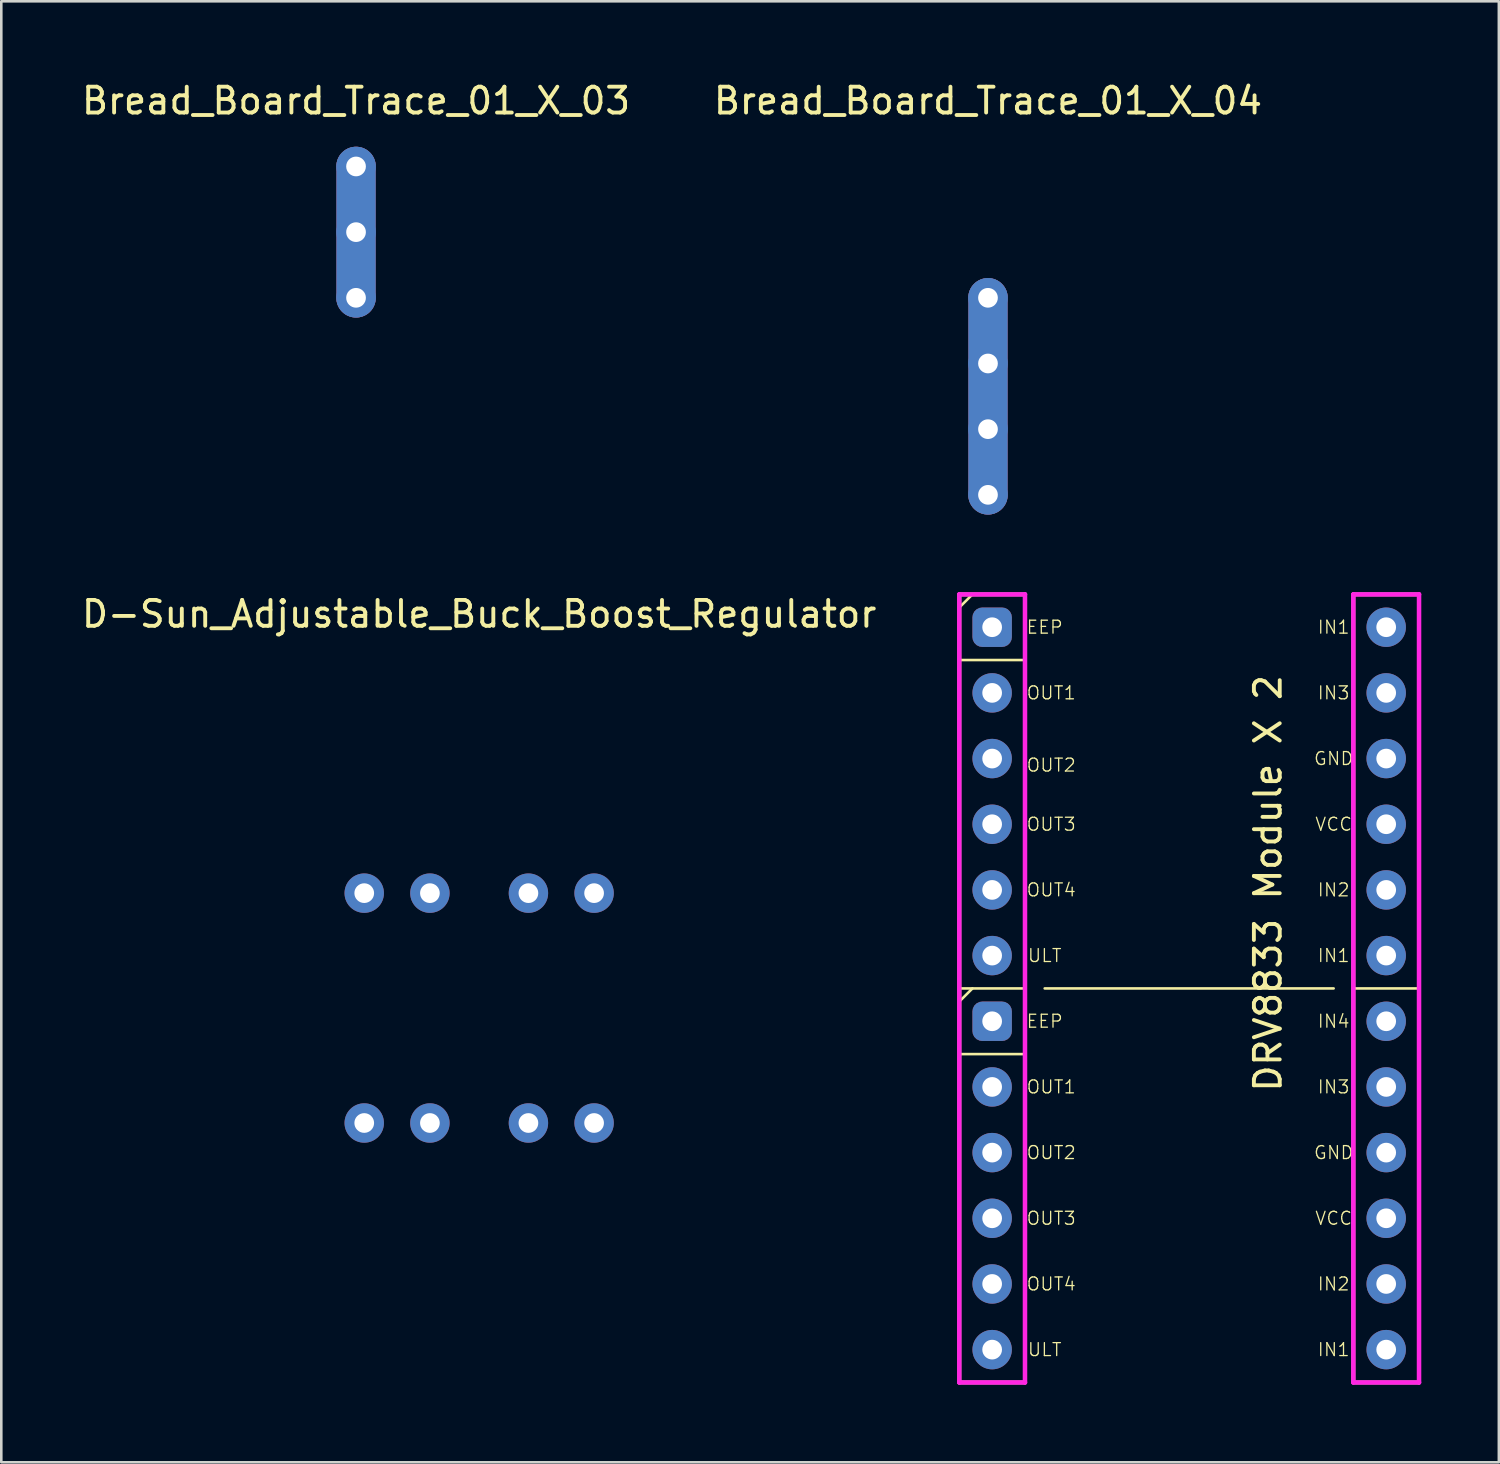
<source format=kicad_pcb>
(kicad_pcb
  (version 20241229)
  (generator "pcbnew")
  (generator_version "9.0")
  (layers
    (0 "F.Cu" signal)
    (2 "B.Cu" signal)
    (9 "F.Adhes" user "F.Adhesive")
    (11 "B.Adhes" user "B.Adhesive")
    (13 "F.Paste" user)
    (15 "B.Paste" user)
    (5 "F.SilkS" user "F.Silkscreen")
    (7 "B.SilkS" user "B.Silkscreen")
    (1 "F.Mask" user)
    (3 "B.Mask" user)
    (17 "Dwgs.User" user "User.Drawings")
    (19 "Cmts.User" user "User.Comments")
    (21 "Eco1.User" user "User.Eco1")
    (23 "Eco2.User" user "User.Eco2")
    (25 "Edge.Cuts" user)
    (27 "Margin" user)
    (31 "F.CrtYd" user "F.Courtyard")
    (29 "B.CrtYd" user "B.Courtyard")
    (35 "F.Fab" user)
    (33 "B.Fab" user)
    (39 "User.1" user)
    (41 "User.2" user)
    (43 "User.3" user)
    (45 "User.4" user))
  (footprint "DRV8833 Module X 2"
    (layer "F.Cu")
    (at 42.942 35.178)
    (property "Reference" "DRV8833 Module X 2" (at 3.048 -4.064 90) (layer "F.SilkS") (effects (font (size 1 1) (thickness 0.15))))
    (attr through_hole)
    (fp_line (start -8.89 -15.24) (end -8.89 15.24) (stroke (width 0.15) (type solid)) (layer "F.SilkS"))
    (fp_line (start -8.89 -14.732) (end -8.382 -15.24) (stroke (width 0.1) (type solid)) (layer "F.SilkS"))
    (fp_line (start -8.89 -12.7) (end -6.35 -12.7) (stroke (width 0.1) (type solid)) (layer "F.SilkS"))
    (fp_line (start -8.89 0) (end -6.35 0) (stroke (width 0.1) (type solid)) (layer "F.SilkS"))
    (fp_line (start -8.89 0.508) (end -8.382 0) (stroke (width 0.1) (type solid)) (layer "F.SilkS"))
    (fp_line (start -8.89 2.54) (end -6.35 2.54) (stroke (width 0.1) (type solid)) (layer "F.SilkS"))
    (fp_line (start -8.89 15.24) (end -6.35 15.24) (stroke (width 0.15) (type solid)) (layer "F.SilkS"))
    (fp_line (start -6.35 -15.24) (end -8.89 -15.24) (stroke (width 0.15) (type solid)) (layer "F.SilkS"))
    (fp_line (start -6.35 15.24) (end -6.35 -15.24) (stroke (width 0.15) (type solid)) (layer "F.SilkS"))
    (fp_line (start -5.588 0) (end 5.588 0) (stroke (width 0.1) (type solid)) (layer "F.SilkS"))
    (fp_line (start 6.35 -15.24) (end 6.35 15.24) (stroke (width 0.15) (type solid)) (layer "F.SilkS"))
    (fp_line (start 6.35 0) (end 8.89 0) (stroke (width 0.1) (type solid)) (layer "F.SilkS"))
    (fp_line (start 6.35 15.24) (end 8.89 15.24) (stroke (width 0.15) (type solid)) (layer "F.SilkS"))
    (fp_line (start 8.89 -15.24) (end 6.35 -15.24) (stroke (width 0.15) (type solid)) (layer "F.SilkS"))
    (fp_line (start 8.89 15.24) (end 8.89 -15.24) (stroke (width 0.15) (type solid)) (layer "F.SilkS"))
    (fp_line (start -8.89 -15.24) (end -6.35 -15.24) (stroke (width 0.175) (type solid)) (layer "F.CrtYd"))
    (fp_line (start -8.89 15.24) (end -8.89 -15.24) (stroke (width 0.175) (type solid)) (layer "F.CrtYd"))
    (fp_line (start -6.35 -15.24) (end -6.35 15.24) (stroke (width 0.175) (type solid)) (layer "F.CrtYd"))
    (fp_line (start -6.35 15.24) (end -8.89 15.24) (stroke (width 0.175) (type solid)) (layer "F.CrtYd"))
    (fp_line (start 6.35 -15.24) (end 6.35 15.24) (stroke (width 0.175) (type solid)) (layer "F.CrtYd"))
    (fp_line (start 6.35 15.24) (end 8.89 15.24) (stroke (width 0.175) (type solid)) (layer "F.CrtYd"))
    (fp_line (start 8.89 -15.24) (end 6.35 -15.24) (stroke (width 0.175) (type solid)) (layer "F.CrtYd"))
    (fp_line (start 8.89 15.24) (end 8.89 -15.24) (stroke (width 0.175) (type solid)) (layer "F.CrtYd"))
    (fp_text user "OUT3" (at -5.334 8.89 0) (layer "F.SilkS") (effects (font (size 0.5 0.5) (thickness 0.05))))
    (fp_text user "OUT4" (at -5.334 -3.81 0) (layer "F.SilkS") (effects (font (size 0.5 0.5) (thickness 0.05))))
    (fp_text user "VCC" (at 5.588 -6.35 0) (layer "F.SilkS") (effects (font (size 0.5 0.5) (thickness 0.05))))
    (fp_text user "OUT1" (at -5.334 3.81 0) (layer "F.SilkS") (effects (font (size 0.5 0.5) (thickness 0.05))))
    (fp_text user "OUT2" (at -5.334 6.35 0) (layer "F.SilkS") (effects (font (size 0.5 0.5) (thickness 0.05))))
    (fp_text user "ULT" (at -5.588 -1.27 0) (layer "F.SilkS") (effects (font (size 0.5 0.5) (thickness 0.05))))
    (fp_text user "IN1" (at 5.588 13.97 0) (layer "F.SilkS") (effects (font (size 0.5 0.5) (thickness 0.05))))
    (fp_text user "IN4" (at 5.588 1.27 0) (layer "F.SilkS") (effects (font (size 0.5 0.5) (thickness 0.05))))
    (fp_text user "EEP" (at -5.588 -13.97 0) (layer "F.SilkS") (effects (font (size 0.5 0.5) (thickness 0.05))))
    (fp_text user "IN1" (at 5.588 -13.97 0) (layer "F.SilkS") (effects (font (size 0.5 0.5) (thickness 0.05))))
    (fp_text user "OUT3" (at -5.334 -6.35 0) (layer "F.SilkS") (effects (font (size 0.5 0.5) (thickness 0.05))))
    (fp_text user "IN1" (at 5.588 -1.27 0) (layer "F.SilkS") (effects (font (size 0.5 0.5) (thickness 0.05))))
    (fp_text user "IN3" (at 5.588 -11.43 0) (layer "F.SilkS") (effects (font (size 0.5 0.5) (thickness 0.05))))
    (fp_text user "EEP" (at -5.588 1.27 0) (layer "F.SilkS") (effects (font (size 0.5 0.5) (thickness 0.05))))
    (fp_text user "IN3" (at 5.588 3.81 0) (layer "F.SilkS") (effects (font (size 0.5 0.5) (thickness 0.05))))
    (fp_text user "IN2" (at 5.588 -3.81 0) (layer "F.SilkS") (effects (font (size 0.5 0.5) (thickness 0.05))))
    (fp_text user "VCC" (at 5.588 8.89 0) (layer "F.SilkS") (effects (font (size 0.5 0.5) (thickness 0.05))))
    (fp_text user "OUT2" (at -5.334 -8.636 0) (layer "F.SilkS") (effects (font (size 0.5 0.5) (thickness 0.05))))
    (fp_text user "GND" (at 5.588 6.35 0) (layer "F.SilkS") (effects (font (size 0.5 0.5) (thickness 0.05))))
    (fp_text user "GND" (at 5.588 -8.89 0) (layer "F.SilkS") (effects (font (size 0.5 0.5) (thickness 0.05))))
    (fp_text user "OUT1" (at -5.334 -11.43 0) (layer "F.SilkS") (effects (font (size 0.5 0.5) (thickness 0.05))))
    (fp_text user "ULT" (at -5.588 13.97 0) (layer "F.SilkS") (effects (font (size 0.5 0.5) (thickness 0.05))))
    (fp_text user "IN2" (at 5.588 11.43 0) (layer "F.SilkS") (effects (font (size 0.5 0.5) (thickness 0.05))))
    (fp_text user "OUT4" (at -5.334 11.43 0) (layer "F.SilkS") (effects (font (size 0.5 0.5) (thickness 0.05))))
    (pad "1" thru_hole roundrect (at -7.62 -13.97) (size 1.524 1.524) (drill 0.762) (layers "*.Cu" "*.Mask") (roundrect_rratio 0.25))
    (pad "2" thru_hole circle (at -7.62 -11.43) (size 1.524 1.524) (drill 0.762) (layers "*.Cu" "*.Mask"))
    (pad "3" thru_hole circle (at -7.62 -8.89) (size 1.524 1.524) (drill 0.762) (layers "*.Cu" "*.Mask"))
    (pad "4" thru_hole circle (at -7.62 -6.35) (size 1.524 1.524) (drill 0.762) (layers "*.Cu" "*.Mask"))
    (pad "5" thru_hole circle (at -7.62 -3.81) (size 1.524 1.524) (drill 0.762) (layers "*.Cu" "*.Mask"))
    (pad "6" thru_hole circle (at -7.62 -1.27) (size 1.524 1.524) (drill 0.762) (layers "*.Cu" "*.Mask"))
    (pad "7" thru_hole roundrect (at -7.62 1.27) (size 1.524 1.524) (drill 0.762) (layers "*.Cu" "*.Mask") (roundrect_rratio 0.25))
    (pad "8" thru_hole circle (at -7.62 3.81) (size 1.524 1.524) (drill 0.762) (layers "*.Cu" "*.Mask"))
    (pad "9" thru_hole circle (at -7.62 6.35) (size 1.524 1.524) (drill 0.762) (layers "*.Cu" "*.Mask"))
    (pad "10" thru_hole circle (at -7.62 8.89) (size 1.524 1.524) (drill 0.762) (layers "*.Cu" "*.Mask"))
    (pad "11" thru_hole circle (at -7.62 11.43) (size 1.524 1.524) (drill 0.762) (layers "*.Cu" "*.Mask"))
    (pad "12" thru_hole circle (at -7.62 13.97) (size 1.524 1.524) (drill 0.762) (layers "*.Cu" "*.Mask"))
    (pad "13" thru_hole circle (at 7.62 13.97) (size 1.524 1.524) (drill 0.762) (layers "*.Cu" "*.Mask"))
    (pad "14" thru_hole circle (at 7.62 11.43) (size 1.524 1.524) (drill 0.762) (layers "*.Cu" "*.Mask"))
    (pad "15" thru_hole circle (at 7.62 8.89) (size 1.524 1.524) (drill 0.762) (layers "*.Cu" "*.Mask"))
    (pad "16" thru_hole circle (at 7.62 6.35) (size 1.524 1.524) (drill 0.762) (layers "*.Cu" "*.Mask"))
    (pad "17" thru_hole circle (at 7.62 3.81) (size 1.524 1.524) (drill 0.762) (layers "*.Cu" "*.Mask"))
    (pad "18" thru_hole circle (at 7.62 1.27) (size 1.524 1.524) (drill 0.762) (layers "*.Cu" "*.Mask"))
    (pad "19" thru_hole circle (at 7.62 -1.27) (size 1.524 1.524) (drill 0.762) (layers "*.Cu" "*.Mask"))
    (pad "20" thru_hole circle (at 7.62 -3.81) (size 1.524 1.524) (drill 0.762) (layers "*.Cu" "*.Mask"))
    (pad "21" thru_hole circle (at 7.62 -6.35) (size 1.524 1.524) (drill 0.762) (layers "*.Cu" "*.Mask"))
    (pad "22" thru_hole circle (at 7.62 -8.89) (size 1.524 1.524) (drill 0.762) (layers "*.Cu" "*.Mask"))
    (pad "23" thru_hole circle (at 7.62 -11.43) (size 1.524 1.524) (drill 0.762) (layers "*.Cu" "*.Mask"))
    (pad "24" thru_hole circle (at 7.62 -13.97) (size 1.524 1.524) (drill 0.762) (layers "*.Cu" "*.Mask")))
  (footprint "Bread_Board_Trace_01_X_04"
    (layer "F.Cu")
    (at 35.161 16.088)
    (property "Reference" "Bread_Board_Trace_01_X_04" (at 0 -15.24 0) (layer "F.SilkS") (effects (font (size 1 1) (thickness 0.15))))
    (attr through_hole)
    (fp_line (start 0 -7.62) (end 0 0) (stroke (width 1.524) (type solid)) (layer "F.Cu"))
    (fp_line (start 0 -7.62) (end 0 0) (stroke (width 1.524) (type solid)) (layer "B.Cu"))
    (pad "1" thru_hole circle (at 0 -7.62) (size 1.524 1.524) (drill 0.762) (layers "*.Cu" "*.Mask"))
    (pad "2" thru_hole circle (at 0 -5.08) (size 1.524 1.524) (drill 0.762) (layers "*.Cu" "*.Mask"))
    (pad "3" thru_hole circle (at 0 -2.54) (size 1.524 1.524) (drill 0.762) (layers "*.Cu" "*.Mask"))
    (pad "4" thru_hole circle (at 0 0) (size 1.524 1.524) (drill 0.762) (layers "*.Cu" "*.Mask")))
  (footprint "D-Sun_Adjustable_Buck_Boost_Regulator"
    (layer "F.Cu")
    (at 15.482 35.938)
    (property "Reference" "D-Sun_Adjustable_Buck_Boost_Regulator" (at 0 -15.24 0) (layer "F.SilkS") (effects (font (size 1 1) (thickness 0.15))))
    (attr through_hole)
    (pad "1" thru_hole circle (at -4.445 -4.445) (size 1.524 1.524) (drill 0.762) (layers "*.Cu" "*.Mask"))
    (pad "2" thru_hole circle (at -1.905 -4.445) (size 1.524 1.524) (drill 0.762) (layers "*.Cu" "*.Mask"))
    (pad "3" thru_hole circle (at 1.905 -4.445) (size 1.524 1.524) (drill 0.762) (layers "*.Cu" "*.Mask"))
    (pad "4" thru_hole circle (at 4.445 -4.445) (size 1.524 1.524) (drill 0.762) (layers "*.Cu" "*.Mask"))
    (pad "5" thru_hole circle (at -4.445 4.445) (size 1.524 1.524) (drill 0.762) (layers "*.Cu" "*.Mask"))
    (pad "6" thru_hole circle (at -1.905 4.445) (size 1.524 1.524) (drill 0.762) (layers "*.Cu" "*.Mask"))
    (pad "7" thru_hole circle (at 1.905 4.445) (size 1.524 1.524) (drill 0.762) (layers "*.Cu" "*.Mask"))
    (pad "8" thru_hole circle (at 4.445 4.445) (size 1.524 1.524) (drill 0.762) (layers "*.Cu" "*.Mask")))
  (footprint "Bread_Board_Trace_01_X_03"
    (layer "F.Cu")
    (at 10.72 5.928)
    (property "Reference" "Bread_Board_Trace_01_X_03" (at 0 -5.08 0) (layer "F.SilkS") (effects (font (size 1 1) (thickness 0.15))))
    (attr through_hole)
    (fp_line (start 0 2.54) (end 0 -2.54) (stroke (width 1.524) (type solid)) (layer "F.Cu"))
    (fp_line (start 0 2.54) (end 0 -2.54) (stroke (width 1.524) (type solid)) (layer "B.Cu"))
    (pad "1" thru_hole circle (at 0 -2.54) (size 1.524 1.524) (drill 0.762) (layers "*.Cu" "*.Mask"))
    (pad "2" thru_hole circle (at 0 0) (size 1.524 1.524) (drill 0.762) (layers "*.Cu" "*.Mask"))
    (pad "3" thru_hole circle (at 0 2.54) (size 1.524 1.524) (drill 0.762) (layers "*.Cu" "*.Mask")))
  (gr_rect
    (start -3 -3)
    (end 54.919 53.505)
    (stroke (width 0.1) (type default))
    (fill no)
    (layer "Edge.Cuts")))
</source>
